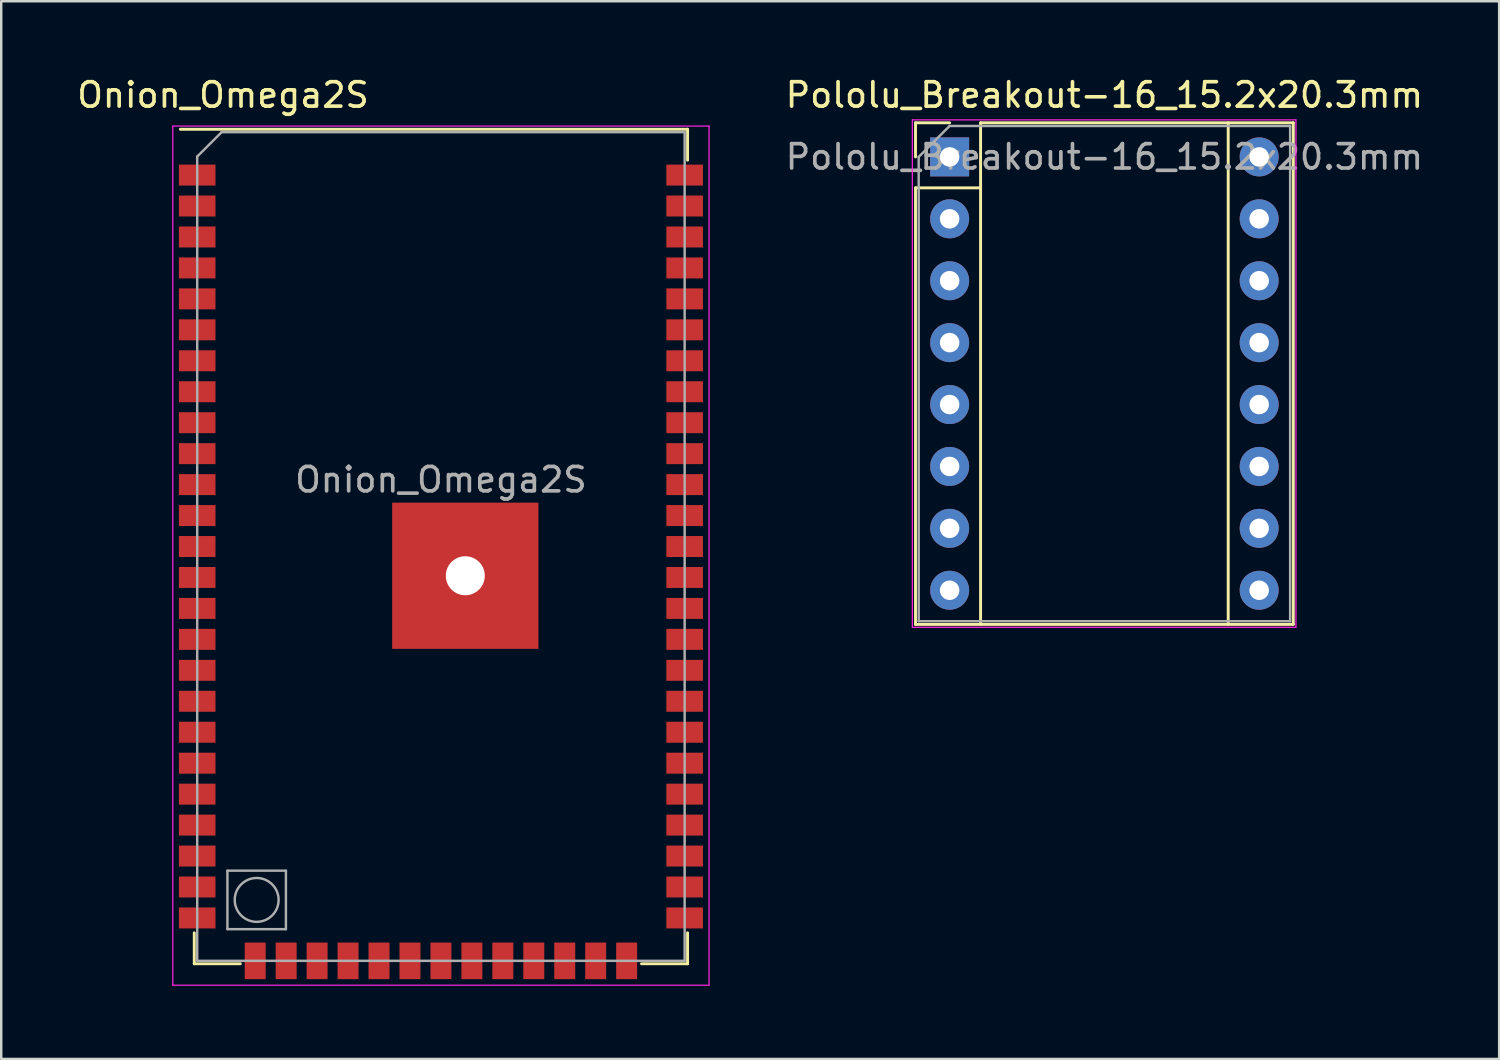
<source format=kicad_pcb>
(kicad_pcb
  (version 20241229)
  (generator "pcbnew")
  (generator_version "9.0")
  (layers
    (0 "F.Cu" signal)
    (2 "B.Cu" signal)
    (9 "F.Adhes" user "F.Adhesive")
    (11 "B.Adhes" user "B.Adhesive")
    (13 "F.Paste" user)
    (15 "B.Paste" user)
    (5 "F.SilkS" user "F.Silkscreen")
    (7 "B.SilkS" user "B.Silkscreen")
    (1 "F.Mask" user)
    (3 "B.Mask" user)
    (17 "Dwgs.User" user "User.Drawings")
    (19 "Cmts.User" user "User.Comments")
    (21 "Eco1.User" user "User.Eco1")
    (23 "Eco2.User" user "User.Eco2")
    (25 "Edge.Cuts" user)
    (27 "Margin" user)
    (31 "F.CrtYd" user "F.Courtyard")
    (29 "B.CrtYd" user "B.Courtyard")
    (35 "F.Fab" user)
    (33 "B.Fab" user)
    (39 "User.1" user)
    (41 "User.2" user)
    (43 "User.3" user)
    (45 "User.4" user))
  (footprint "Onion_Omega2S"
    (layer "F.Cu")
    (at 15.041 19.373)
    (property "Reference" "Onion_Omega2S" (at -8.94 -18.525 0) (layer "F.SilkS") (effects (font (size 1 1) (thickness 0.15))))
    (attr smd)
    (fp_line (start -10.12 15.85) (end -10.12 17.12) (stroke (width 0.12) (type solid)) (layer "F.SilkS"))
    (fp_line (start -10.12 17.12) (end -8.23 17.12) (stroke (width 0.12) (type solid)) (layer "F.SilkS"))
    (fp_line (start 8.23 17.12) (end 10.12 17.12) (stroke (width 0.12) (type solid)) (layer "F.SilkS"))
    (fp_line (start 10.12 -17.12) (end -10.69 -17.12) (stroke (width 0.12) (type solid)) (layer "F.SilkS"))
    (fp_line (start 10.12 -17.12) (end 10.12 -15.85) (stroke (width 0.12) (type solid)) (layer "F.SilkS"))
    (fp_line (start 10.12 15.85) (end 10.12 17.12) (stroke (width 0.12) (type solid)) (layer "F.SilkS"))
    (fp_line (start -11 -17.25) (end -11 18) (stroke (width 0.05) (type solid)) (layer "F.CrtYd"))
    (fp_line (start -11 18) (end 11 18) (stroke (width 0.05) (type solid)) (layer "F.CrtYd"))
    (fp_line (start 11 -17.25) (end -11 -17.25) (stroke (width 0.05) (type solid)) (layer "F.CrtYd"))
    (fp_line (start 11 18) (end 11 -17.25) (stroke (width 0.05) (type solid)) (layer "F.CrtYd"))
    (fp_line (start -10 -16) (end -10 17) (stroke (width 0.1) (type solid)) (layer "F.Fab"))
    (fp_line (start -10 -16) (end -9 -17) (stroke (width 0.1) (type solid)) (layer "F.Fab"))
    (fp_line (start -10 17) (end 10 17) (stroke (width 0.1) (type solid)) (layer "F.Fab"))
    (fp_line (start -8.76 13.3) (end -8.76 15.7) (stroke (width 0.1) (type solid)) (layer "F.Fab"))
    (fp_line (start -8.76 15.7) (end -6.36 15.7) (stroke (width 0.1) (type solid)) (layer "F.Fab"))
    (fp_line (start -6.36 13.3) (end -8.76 13.3) (stroke (width 0.1) (type solid)) (layer "F.Fab"))
    (fp_line (start -6.36 15.7) (end -6.36 13.3) (stroke (width 0.1) (type solid)) (layer "F.Fab"))
    (fp_line (start 10 -17) (end -9 -17) (stroke (width 0.1) (type solid)) (layer "F.Fab"))
    (fp_line (start 10 17) (end 10 -17) (stroke (width 0.1) (type solid)) (layer "F.Fab"))
    (fp_circle (center -7.56 14.5) (end -6.66 14.5) (stroke (width 0.1) (type solid)) (fill no) (layer "F.Fab"))
    (fp_text user "${REFERENCE}" (at 0 -2.74 0) (layer "F.Fab") (effects (font (size 1 1) (thickness 0.15))))
    (pad "" smd roundrect (at -1.333 -1.123) (size 1 1) (layers "F.Paste") (roundrect_rratio 0.25))
    (pad "" smd roundrect (at -1.333 0.041) (size 1 1) (layers "F.Paste") (roundrect_rratio 0.25))
    (pad "" smd roundrect (at -1.333 1.205) (size 1 1) (layers "F.Paste") (roundrect_rratio 0.25))
    (pad "" smd roundrect (at -1.333 2.369) (size 1 1) (layers "F.Paste") (roundrect_rratio 0.25))
    (pad "" smd roundrect (at -1.333 3.533) (size 1 1) (layers "F.Paste") (roundrect_rratio 0.25))
    (pad "" smd roundrect (at -0.167 -1.123) (size 1 1) (layers "F.Paste") (roundrect_rratio 0.25))
    (pad "" smd roundrect (at -0.167 0.041) (size 1 1) (layers "F.Paste") (roundrect_rratio 0.25))
    (pad "" smd roundrect (at -0.167 1.205) (size 1 1) (layers "F.Paste") (roundrect_rratio 0.25))
    (pad "" smd roundrect (at -0.167 2.369) (size 1 1) (layers "F.Paste") (roundrect_rratio 0.25))
    (pad "" smd roundrect (at -0.167 3.533) (size 1 1) (layers "F.Paste") (roundrect_rratio 0.25))
    (pad "" smd roundrect (at 0.999 -1.123) (size 1 1) (layers "F.Paste") (roundrect_rratio 0.25))
    (pad "" smd roundrect (at 0.999 0.041) (size 1 1) (layers "F.Paste") (roundrect_rratio 0.25))
    (pad "" smd roundrect (at 0.999 1.205) (size 1 1) (layers "F.Paste") (roundrect_rratio 0.25))
    (pad "" smd roundrect (at 0.999 2.369) (size 1 1) (layers "F.Paste") (roundrect_rratio 0.25))
    (pad "" smd roundrect (at 0.999 3.533) (size 1 1) (layers "F.Paste") (roundrect_rratio 0.25))
    (pad "" np_thru_hole circle (at 1 1.2) (size 1.6 1.6) (drill 1.6) (layers "*.Cu" "*.Mask"))
    (pad "" smd roundrect (at 2.164 -1.123) (size 1 1) (layers "F.Paste") (roundrect_rratio 0.25))
    (pad "" smd roundrect (at 2.164 0.041) (size 1 1) (layers "F.Paste") (roundrect_rratio 0.25))
    (pad "" smd roundrect (at 2.164 1.205) (size 1 1) (layers "F.Paste") (roundrect_rratio 0.25))
    (pad "" smd roundrect (at 2.164 2.369) (size 1 1) (layers "F.Paste") (roundrect_rratio 0.25))
    (pad "" smd roundrect (at 2.164 3.533) (size 1 1) (layers "F.Paste") (roundrect_rratio 0.25))
    (pad "" smd roundrect (at 3.33 -1.123) (size 1 1) (layers "F.Paste") (roundrect_rratio 0.25))
    (pad "" smd roundrect (at 3.33 0.041) (size 1 1) (layers "F.Paste") (roundrect_rratio 0.25))
    (pad "" smd roundrect (at 3.33 1.205) (size 1 1) (layers "F.Paste") (roundrect_rratio 0.25))
    (pad "" smd roundrect (at 3.33 2.369) (size 1 1) (layers "F.Paste") (roundrect_rratio 0.25))
    (pad "" smd roundrect (at 3.33 3.533) (size 1 1) (layers "F.Paste") (roundrect_rratio 0.25))
    (pad "1" smd rect (at -10 -15.24) (size 1.5 0.86) (layers "F.Cu" "F.Mask" "F.Paste"))
    (pad "2" smd rect (at -10 -13.97) (size 1.5 0.86) (layers "F.Cu" "F.Mask" "F.Paste"))
    (pad "3" smd rect (at -10 -12.7) (size 1.5 0.86) (layers "F.Cu" "F.Mask" "F.Paste"))
    (pad "4" smd rect (at -10 -11.43) (size 1.5 0.86) (layers "F.Cu" "F.Mask" "F.Paste"))
    (pad "5" smd rect (at -10 -10.16) (size 1.5 0.86) (layers "F.Cu" "F.Mask" "F.Paste"))
    (pad "6" smd rect (at -10 -8.89) (size 1.5 0.86) (layers "F.Cu" "F.Mask" "F.Paste"))
    (pad "7" smd rect (at -10 -7.62) (size 1.5 0.86) (layers "F.Cu" "F.Mask" "F.Paste"))
    (pad "8" smd rect (at -10 -6.35) (size 1.5 0.86) (layers "F.Cu" "F.Mask" "F.Paste"))
    (pad "9" smd rect (at -10 -5.08) (size 1.5 0.86) (layers "F.Cu" "F.Mask" "F.Paste"))
    (pad "10" smd rect (at -10 -3.81) (size 1.5 0.86) (layers "F.Cu" "F.Mask" "F.Paste"))
    (pad "11" smd rect (at -10 -2.54) (size 1.5 0.86) (layers "F.Cu" "F.Mask" "F.Paste"))
    (pad "12" smd rect (at -10 -1.27) (size 1.5 0.86) (layers "F.Cu" "F.Mask" "F.Paste"))
    (pad "13" smd rect (at -10 0) (size 1.5 0.86) (layers "F.Cu" "F.Mask" "F.Paste"))
    (pad "14" smd rect (at -10 1.27) (size 1.5 0.86) (layers "F.Cu" "F.Mask" "F.Paste"))
    (pad "15" smd rect (at -10 2.54) (size 1.5 0.86) (layers "F.Cu" "F.Mask" "F.Paste"))
    (pad "16" smd rect (at -10 3.81) (size 1.5 0.86) (layers "F.Cu" "F.Mask" "F.Paste"))
    (pad "17" smd rect (at -10 5.08) (size 1.5 0.86) (layers "F.Cu" "F.Mask" "F.Paste"))
    (pad "18" smd rect (at -10 6.35) (size 1.5 0.86) (layers "F.Cu" "F.Mask" "F.Paste"))
    (pad "19" smd rect (at -10 7.62) (size 1.5 0.86) (layers "F.Cu" "F.Mask" "F.Paste"))
    (pad "20" smd rect (at -10 8.89) (size 1.5 0.86) (layers "F.Cu" "F.Mask" "F.Paste"))
    (pad "21" smd rect (at -10 10.16) (size 1.5 0.86) (layers "F.Cu" "F.Mask" "F.Paste"))
    (pad "22" smd rect (at -10 11.43) (size 1.5 0.86) (layers "F.Cu" "F.Mask" "F.Paste"))
    (pad "23" smd rect (at -10 12.7) (size 1.5 0.86) (layers "F.Cu" "F.Mask" "F.Paste"))
    (pad "24" smd rect (at -10 13.97) (size 1.5 0.86) (layers "F.Cu" "F.Mask" "F.Paste"))
    (pad "25" smd rect (at -10 15.24) (size 1.5 0.86) (layers "F.Cu" "F.Mask" "F.Paste"))
    (pad "26" smd rect (at -7.62 17) (size 0.86 1.5) (layers "F.Cu" "F.Mask" "F.Paste"))
    (pad "27" smd rect (at -6.35 17) (size 0.86 1.5) (layers "F.Cu" "F.Mask" "F.Paste"))
    (pad "28" smd rect (at -5.08 17) (size 0.86 1.5) (layers "F.Cu" "F.Mask" "F.Paste"))
    (pad "29" smd rect (at -3.81 17) (size 0.86 1.5) (layers "F.Cu" "F.Mask" "F.Paste"))
    (pad "30" smd rect (at -2.54 17) (size 0.86 1.5) (layers "F.Cu" "F.Mask" "F.Paste"))
    (pad "31" smd rect (at -1.27 17) (size 0.86 1.5) (layers "F.Cu" "F.Mask" "F.Paste"))
    (pad "32" smd rect (at 0 17) (size 0.86 1.5) (layers "F.Cu" "F.Mask" "F.Paste"))
    (pad "33" smd rect (at 1.27 17) (size 0.86 1.5) (layers "F.Cu" "F.Mask" "F.Paste"))
    (pad "34" smd rect (at 2.54 17) (size 0.86 1.5) (layers "F.Cu" "F.Mask" "F.Paste"))
    (pad "35" smd rect (at 3.81 17) (size 0.86 1.5) (layers "F.Cu" "F.Mask" "F.Paste"))
    (pad "36" smd rect (at 5.08 17) (size 0.86 1.5) (layers "F.Cu" "F.Mask" "F.Paste"))
    (pad "37" smd rect (at 6.35 17) (size 0.86 1.5) (layers "F.Cu" "F.Mask" "F.Paste"))
    (pad "38" smd rect (at 7.62 17) (size 0.86 1.5) (layers "F.Cu" "F.Mask" "F.Paste"))
    (pad "39" smd rect (at 10 15.24) (size 1.5 0.86) (layers "F.Cu" "F.Mask" "F.Paste"))
    (pad "40" smd rect (at 10 13.97) (size 1.5 0.86) (layers "F.Cu" "F.Mask" "F.Paste"))
    (pad "41" smd rect (at 10 12.7) (size 1.5 0.86) (layers "F.Cu" "F.Mask" "F.Paste"))
    (pad "42" smd rect (at 10 11.43) (size 1.5 0.86) (layers "F.Cu" "F.Mask" "F.Paste"))
    (pad "43" smd rect (at 10 10.16) (size 1.5 0.86) (layers "F.Cu" "F.Mask" "F.Paste"))
    (pad "44" smd rect (at 10 8.89) (size 1.5 0.86) (layers "F.Cu" "F.Mask" "F.Paste"))
    (pad "45" smd rect (at 10 7.62) (size 1.5 0.86) (layers "F.Cu" "F.Mask" "F.Paste"))
    (pad "46" smd rect (at 10 6.35) (size 1.5 0.86) (layers "F.Cu" "F.Mask" "F.Paste"))
    (pad "47" smd rect (at 10 5.08) (size 1.5 0.86) (layers "F.Cu" "F.Mask" "F.Paste"))
    (pad "48" smd rect (at 10 3.81) (size 1.5 0.86) (layers "F.Cu" "F.Mask" "F.Paste"))
    (pad "49" smd rect (at 10 2.54) (size 1.5 0.86) (layers "F.Cu" "F.Mask" "F.Paste"))
    (pad "50" smd rect (at 10 1.27) (size 1.5 0.86) (layers "F.Cu" "F.Mask" "F.Paste"))
    (pad "51" smd rect (at 10 0) (size 1.5 0.86) (layers "F.Cu" "F.Mask" "F.Paste"))
    (pad "52" smd rect (at 10 -1.27) (size 1.5 0.86) (layers "F.Cu" "F.Mask" "F.Paste"))
    (pad "53" smd rect (at 10 -2.54) (size 1.5 0.86) (layers "F.Cu" "F.Mask" "F.Paste"))
    (pad "54" smd rect (at 10 -3.81) (size 1.5 0.86) (layers "F.Cu" "F.Mask" "F.Paste"))
    (pad "55" smd rect (at 10 -5.08) (size 1.5 0.86) (layers "F.Cu" "F.Mask" "F.Paste"))
    (pad "56" smd rect (at 10 -6.35) (size 1.5 0.86) (layers "F.Cu" "F.Mask" "F.Paste"))
    (pad "57" smd rect (at 10 -7.62) (size 1.5 0.86) (layers "F.Cu" "F.Mask" "F.Paste"))
    (pad "58" smd rect (at 10 -8.89) (size 1.5 0.86) (layers "F.Cu" "F.Mask" "F.Paste"))
    (pad "59" smd rect (at 10 -10.16) (size 1.5 0.86) (layers "F.Cu" "F.Mask" "F.Paste"))
    (pad "60" smd rect (at 10 -11.43) (size 1.5 0.86) (layers "F.Cu" "F.Mask" "F.Paste"))
    (pad "61" smd rect (at 10 -12.7) (size 1.5 0.86) (layers "F.Cu" "F.Mask" "F.Paste"))
    (pad "62" smd rect (at 10 -13.97) (size 1.5 0.86) (layers "F.Cu" "F.Mask" "F.Paste"))
    (pad "63" smd rect (at 10 -15.24) (size 1.5 0.86) (layers "F.Cu" "F.Mask" "F.Paste"))
    (pad "64" smd rect (at 1 1.2) (size 6 6) (layers "F.Cu" "F.Mask")))
  (footprint "Pololu_Breakout-16_15.2x20.3mm"
    (layer "F.Cu")
    (at 35.913 3.388)
    (property "Reference" "Pololu_Breakout-16_15.2x20.3mm" (at 6.35 -2.54 0) (layer "F.SilkS") (effects (font (size 1 1) (thickness 0.15))))
    (attr through_hole)
    (fp_line (start -1.4 -1.4) (end -1.4 0) (stroke (width 0.12) (type solid)) (layer "F.SilkS"))
    (fp_line (start -1.4 1.27) (end -1.4 19.18) (stroke (width 0.12) (type solid)) (layer "F.SilkS"))
    (fp_line (start -1.4 19.18) (end 14.1 19.18) (stroke (width 0.12) (type solid)) (layer "F.SilkS"))
    (fp_line (start 0 -1.4) (end -1.4 -1.4) (stroke (width 0.12) (type solid)) (layer "F.SilkS"))
    (fp_line (start 1.27 -1.4) (end 1.27 1.27) (stroke (width 0.12) (type solid)) (layer "F.SilkS"))
    (fp_line (start 1.27 1.27) (end -1.4 1.27) (stroke (width 0.12) (type solid)) (layer "F.SilkS"))
    (fp_line (start 1.27 1.27) (end 1.27 19.18) (stroke (width 0.12) (type solid)) (layer "F.SilkS"))
    (fp_line (start 11.43 -1.4) (end 11.43 19.18) (stroke (width 0.12) (type solid)) (layer "F.SilkS"))
    (fp_line (start 14.1 -1.4) (end 1.27 -1.4) (stroke (width 0.12) (type solid)) (layer "F.SilkS"))
    (fp_line (start 14.1 19.18) (end 14.1 -1.4) (stroke (width 0.12) (type solid)) (layer "F.SilkS"))
    (fp_line (start -1.53 -1.52) (end -1.53 19.3) (stroke (width 0.05) (type solid)) (layer "F.CrtYd"))
    (fp_line (start -1.53 -1.52) (end 14.21 -1.52) (stroke (width 0.05) (type solid)) (layer "F.CrtYd"))
    (fp_line (start 14.21 19.3) (end -1.53 19.3) (stroke (width 0.05) (type solid)) (layer "F.CrtYd"))
    (fp_line (start 14.21 19.3) (end 14.21 -1.52) (stroke (width 0.05) (type solid)) (layer "F.CrtYd"))
    (fp_line (start -1.27 0) (end 0 -1.27) (stroke (width 0.1) (type solid)) (layer "F.Fab"))
    (fp_line (start -1.27 19.05) (end -1.27 0) (stroke (width 0.1) (type solid)) (layer "F.Fab"))
    (fp_line (start 0 -1.27) (end 13.97 -1.27) (stroke (width 0.1) (type solid)) (layer "F.Fab"))
    (fp_line (start 13.97 -1.27) (end 13.97 19.05) (stroke (width 0.1) (type solid)) (layer "F.Fab"))
    (fp_line (start 13.97 19.05) (end -1.27 19.05) (stroke (width 0.1) (type solid)) (layer "F.Fab"))
    (fp_text user "${REFERENCE}" (at 6.35 0 0) (layer "F.Fab") (effects (font (size 1 1) (thickness 0.15))))
    (pad "1" thru_hole rect (at 0 0) (size 1.6 1.6) (drill 0.8) (layers "*.Cu" "*.Mask"))
    (pad "2" thru_hole oval (at 0 2.54) (size 1.6 1.6) (drill 0.8) (layers "*.Cu" "*.Mask"))
    (pad "3" thru_hole oval (at 0 5.08) (size 1.6 1.6) (drill 0.8) (layers "*.Cu" "*.Mask"))
    (pad "4" thru_hole oval (at 0 7.62) (size 1.6 1.6) (drill 0.8) (layers "*.Cu" "*.Mask"))
    (pad "5" thru_hole oval (at 0 10.16) (size 1.6 1.6) (drill 0.8) (layers "*.Cu" "*.Mask"))
    (pad "6" thru_hole oval (at 0 12.7) (size 1.6 1.6) (drill 0.8) (layers "*.Cu" "*.Mask"))
    (pad "7" thru_hole oval (at 0 15.24) (size 1.6 1.6) (drill 0.8) (layers "*.Cu" "*.Mask"))
    (pad "8" thru_hole oval (at 0 17.78) (size 1.6 1.6) (drill 0.8) (layers "*.Cu" "*.Mask"))
    (pad "9" thru_hole oval (at 12.7 17.78) (size 1.6 1.6) (drill 0.8) (layers "*.Cu" "*.Mask"))
    (pad "10" thru_hole oval (at 12.7 15.24) (size 1.6 1.6) (drill 0.8) (layers "*.Cu" "*.Mask"))
    (pad "11" thru_hole oval (at 12.7 12.7) (size 1.6 1.6) (drill 0.8) (layers "*.Cu" "*.Mask"))
    (pad "12" thru_hole oval (at 12.7 10.16) (size 1.6 1.6) (drill 0.8) (layers "*.Cu" "*.Mask"))
    (pad "13" thru_hole oval (at 12.7 7.62) (size 1.6 1.6) (drill 0.8) (layers "*.Cu" "*.Mask"))
    (pad "14" thru_hole oval (at 12.7 5.08) (size 1.6 1.6) (drill 0.8) (layers "*.Cu" "*.Mask"))
    (pad "15" thru_hole oval (at 12.7 2.54) (size 1.6 1.6) (drill 0.8) (layers "*.Cu" "*.Mask"))
    (pad "16" thru_hole oval (at 12.7 0) (size 1.6 1.6) (drill 0.8) (layers "*.Cu" "*.Mask")))
  (gr_rect
    (start -3 -3)
    (end 58.459 40.398)
    (stroke (width 0.1) (type default))
    (fill no)
    (layer "Edge.Cuts")))
</source>
